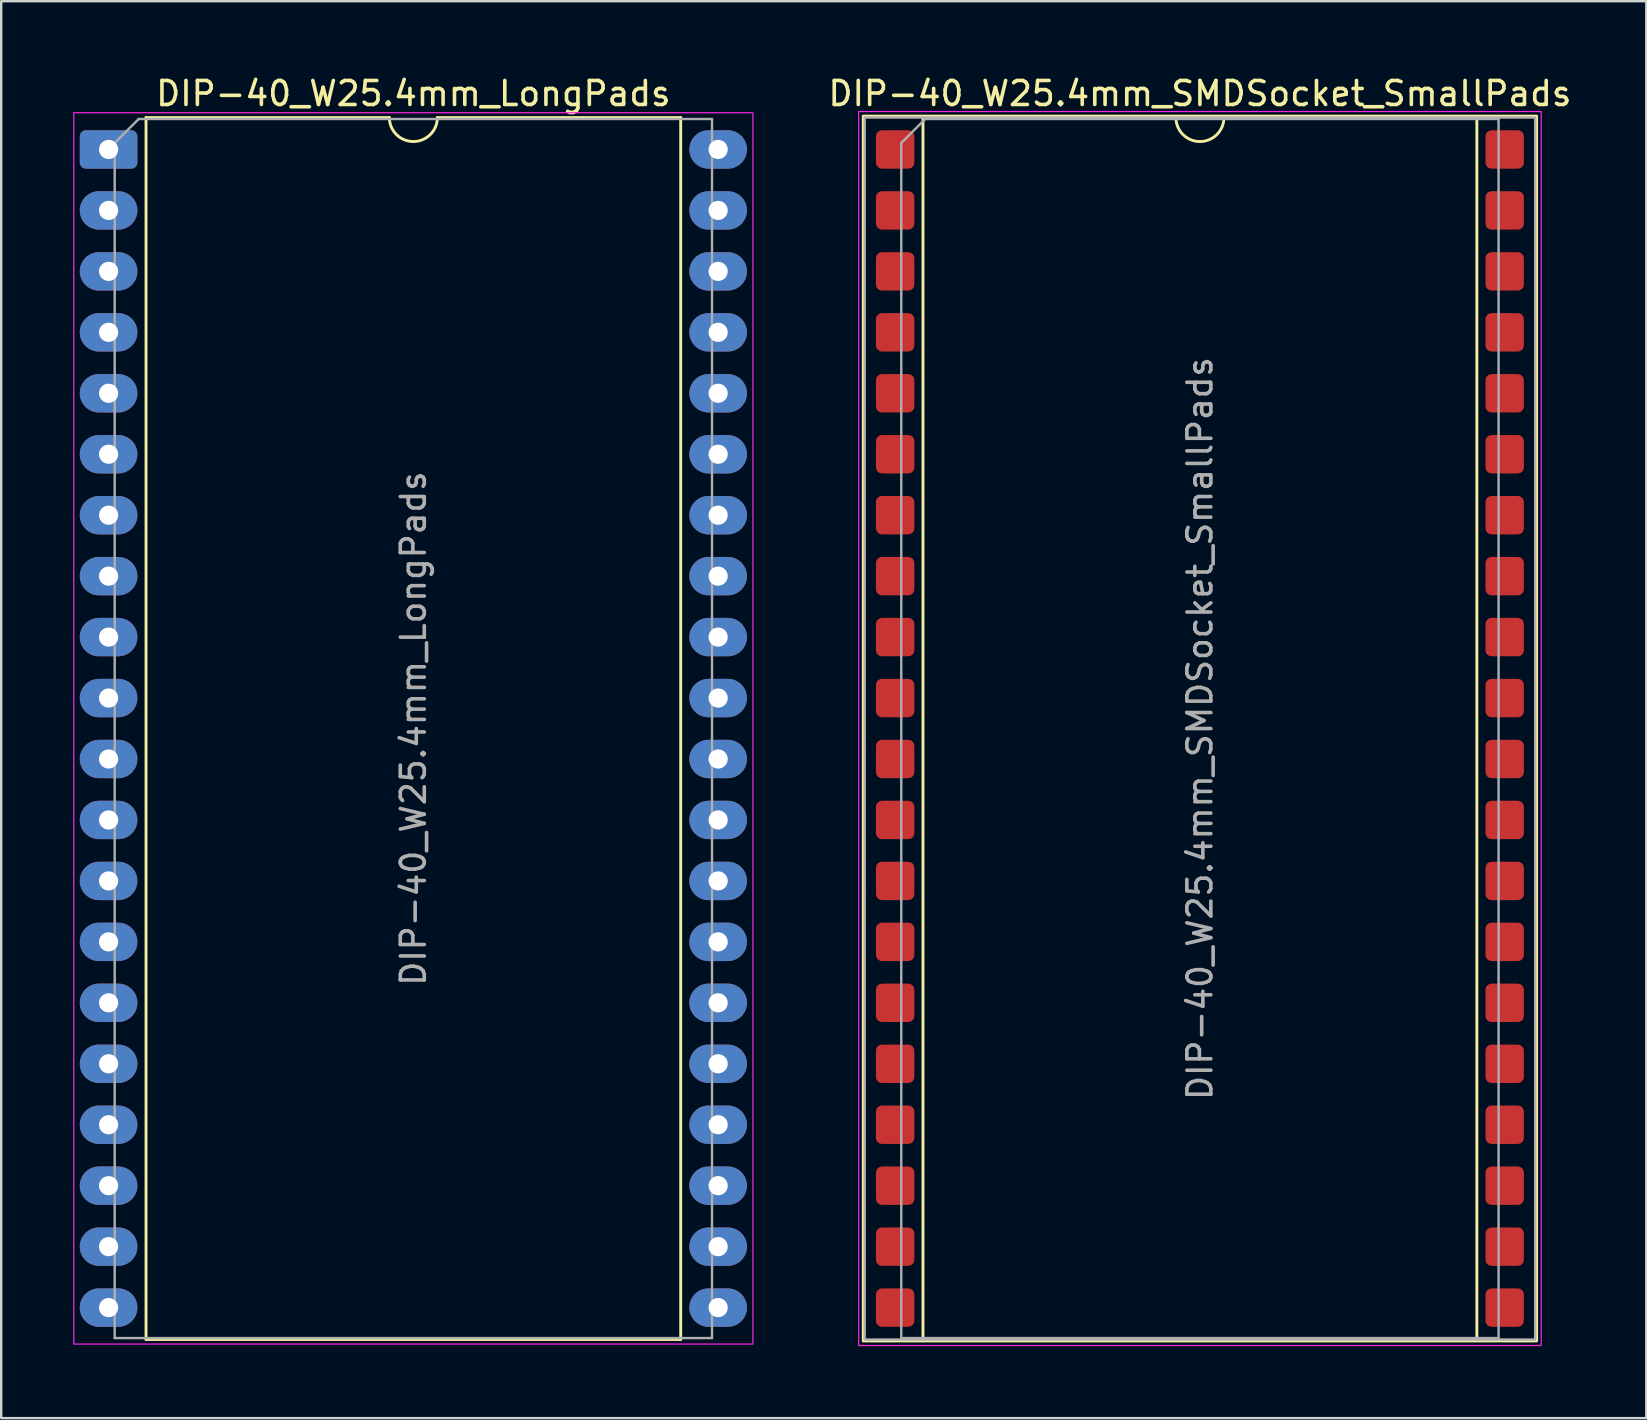
<source format=kicad_pcb>
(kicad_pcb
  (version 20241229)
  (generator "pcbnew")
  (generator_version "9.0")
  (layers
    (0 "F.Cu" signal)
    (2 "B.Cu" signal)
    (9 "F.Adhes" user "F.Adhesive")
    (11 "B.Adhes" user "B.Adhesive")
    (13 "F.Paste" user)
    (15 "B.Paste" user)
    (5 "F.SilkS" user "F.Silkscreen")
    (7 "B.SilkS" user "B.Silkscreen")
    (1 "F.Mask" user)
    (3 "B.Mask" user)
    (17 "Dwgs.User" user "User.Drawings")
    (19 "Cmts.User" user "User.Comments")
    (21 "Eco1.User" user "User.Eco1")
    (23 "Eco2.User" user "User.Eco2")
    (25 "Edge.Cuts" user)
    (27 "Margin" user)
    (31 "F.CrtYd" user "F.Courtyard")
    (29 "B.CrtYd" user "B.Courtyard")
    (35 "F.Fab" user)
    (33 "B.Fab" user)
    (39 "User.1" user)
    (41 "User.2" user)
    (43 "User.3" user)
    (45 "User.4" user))
  (footprint "DIP-40_W25.4mm_LongPads"
    (layer "F.Cu")
    (at 1.475 3.178)
    (property "Reference" "DIP-40_W25.4mm_LongPads" (at 12.7 -2.33 0) (layer "F.SilkS") (effects (font (size 1 1) (thickness 0.15))))
    (attr through_hole)
    (fp_line (start 1.56 -1.33) (end 1.56 49.59) (stroke (width 0.12) (type solid)) (layer "F.SilkS"))
    (fp_line (start 1.56 49.59) (end 23.84 49.59) (stroke (width 0.12) (type solid)) (layer "F.SilkS"))
    (fp_line (start 11.7 -1.33) (end 1.56 -1.33) (stroke (width 0.12) (type solid)) (layer "F.SilkS"))
    (fp_line (start 23.84 -1.33) (end 13.7 -1.33) (stroke (width 0.12) (type solid)) (layer "F.SilkS"))
    (fp_line (start 23.84 49.59) (end 23.84 -1.33) (stroke (width 0.12) (type solid)) (layer "F.SilkS"))
    (fp_arc (start 13.7 -1.33) (mid 12.7 -0.33) (end 11.7 -1.33) (stroke (width 0.12) (type solid)) (layer "F.SilkS"))
    (fp_rect (start -1.45 -1.53) (end 26.85 49.78) (stroke (width 0.05) (type solid)) (fill no) (layer "F.CrtYd"))
    (fp_line (start 0.255 -0.27) (end 1.255 -1.27) (stroke (width 0.1) (type solid)) (layer "F.Fab"))
    (fp_line (start 0.255 49.53) (end 0.255 -0.27) (stroke (width 0.1) (type solid)) (layer "F.Fab"))
    (fp_line (start 1.255 -1.27) (end 25.145 -1.27) (stroke (width 0.1) (type solid)) (layer "F.Fab"))
    (fp_line (start 25.145 -1.27) (end 25.145 49.53) (stroke (width 0.1) (type solid)) (layer "F.Fab"))
    (fp_line (start 25.145 49.53) (end 0.255 49.53) (stroke (width 0.1) (type solid)) (layer "F.Fab"))
    (fp_text user "${REFERENCE}" (at 12.7 24.13 90) (layer "F.Fab") (effects (font (size 1 1) (thickness 0.15))))
    (pad "1" thru_hole roundrect (at 0 0) (size 2.4 1.6) (drill 0.8) (layers "*.Cu" "*.Mask") (roundrect_rratio 0.156))
    (pad "2" thru_hole oval (at 0 2.54) (size 2.4 1.6) (drill 0.8) (layers "*.Cu" "*.Mask"))
    (pad "3" thru_hole oval (at 0 5.08) (size 2.4 1.6) (drill 0.8) (layers "*.Cu" "*.Mask"))
    (pad "4" thru_hole oval (at 0 7.62) (size 2.4 1.6) (drill 0.8) (layers "*.Cu" "*.Mask"))
    (pad "5" thru_hole oval (at 0 10.16) (size 2.4 1.6) (drill 0.8) (layers "*.Cu" "*.Mask"))
    (pad "6" thru_hole oval (at 0 12.7) (size 2.4 1.6) (drill 0.8) (layers "*.Cu" "*.Mask"))
    (pad "7" thru_hole oval (at 0 15.24) (size 2.4 1.6) (drill 0.8) (layers "*.Cu" "*.Mask"))
    (pad "8" thru_hole oval (at 0 17.78) (size 2.4 1.6) (drill 0.8) (layers "*.Cu" "*.Mask"))
    (pad "9" thru_hole oval (at 0 20.32) (size 2.4 1.6) (drill 0.8) (layers "*.Cu" "*.Mask"))
    (pad "10" thru_hole oval (at 0 22.86) (size 2.4 1.6) (drill 0.8) (layers "*.Cu" "*.Mask"))
    (pad "11" thru_hole oval (at 0 25.4) (size 2.4 1.6) (drill 0.8) (layers "*.Cu" "*.Mask"))
    (pad "12" thru_hole oval (at 0 27.94) (size 2.4 1.6) (drill 0.8) (layers "*.Cu" "*.Mask"))
    (pad "13" thru_hole oval (at 0 30.48) (size 2.4 1.6) (drill 0.8) (layers "*.Cu" "*.Mask"))
    (pad "14" thru_hole oval (at 0 33.02) (size 2.4 1.6) (drill 0.8) (layers "*.Cu" "*.Mask"))
    (pad "15" thru_hole oval (at 0 35.56) (size 2.4 1.6) (drill 0.8) (layers "*.Cu" "*.Mask"))
    (pad "16" thru_hole oval (at 0 38.1) (size 2.4 1.6) (drill 0.8) (layers "*.Cu" "*.Mask"))
    (pad "17" thru_hole oval (at 0 40.64) (size 2.4 1.6) (drill 0.8) (layers "*.Cu" "*.Mask"))
    (pad "18" thru_hole oval (at 0 43.18) (size 2.4 1.6) (drill 0.8) (layers "*.Cu" "*.Mask"))
    (pad "19" thru_hole oval (at 0 45.72) (size 2.4 1.6) (drill 0.8) (layers "*.Cu" "*.Mask"))
    (pad "20" thru_hole oval (at 0 48.26) (size 2.4 1.6) (drill 0.8) (layers "*.Cu" "*.Mask"))
    (pad "21" thru_hole oval (at 25.4 48.26) (size 2.4 1.6) (drill 0.8) (layers "*.Cu" "*.Mask"))
    (pad "22" thru_hole oval (at 25.4 45.72) (size 2.4 1.6) (drill 0.8) (layers "*.Cu" "*.Mask"))
    (pad "23" thru_hole oval (at 25.4 43.18) (size 2.4 1.6) (drill 0.8) (layers "*.Cu" "*.Mask"))
    (pad "24" thru_hole oval (at 25.4 40.64) (size 2.4 1.6) (drill 0.8) (layers "*.Cu" "*.Mask"))
    (pad "25" thru_hole oval (at 25.4 38.1) (size 2.4 1.6) (drill 0.8) (layers "*.Cu" "*.Mask"))
    (pad "26" thru_hole oval (at 25.4 35.56) (size 2.4 1.6) (drill 0.8) (layers "*.Cu" "*.Mask"))
    (pad "27" thru_hole oval (at 25.4 33.02) (size 2.4 1.6) (drill 0.8) (layers "*.Cu" "*.Mask"))
    (pad "28" thru_hole oval (at 25.4 30.48) (size 2.4 1.6) (drill 0.8) (layers "*.Cu" "*.Mask"))
    (pad "29" thru_hole oval (at 25.4 27.94) (size 2.4 1.6) (drill 0.8) (layers "*.Cu" "*.Mask"))
    (pad "30" thru_hole oval (at 25.4 25.4) (size 2.4 1.6) (drill 0.8) (layers "*.Cu" "*.Mask"))
    (pad "31" thru_hole oval (at 25.4 22.86) (size 2.4 1.6) (drill 0.8) (layers "*.Cu" "*.Mask"))
    (pad "32" thru_hole oval (at 25.4 20.32) (size 2.4 1.6) (drill 0.8) (layers "*.Cu" "*.Mask"))
    (pad "33" thru_hole oval (at 25.4 17.78) (size 2.4 1.6) (drill 0.8) (layers "*.Cu" "*.Mask"))
    (pad "34" thru_hole oval (at 25.4 15.24) (size 2.4 1.6) (drill 0.8) (layers "*.Cu" "*.Mask"))
    (pad "35" thru_hole oval (at 25.4 12.7) (size 2.4 1.6) (drill 0.8) (layers "*.Cu" "*.Mask"))
    (pad "36" thru_hole oval (at 25.4 10.16) (size 2.4 1.6) (drill 0.8) (layers "*.Cu" "*.Mask"))
    (pad "37" thru_hole oval (at 25.4 7.62) (size 2.4 1.6) (drill 0.8) (layers "*.Cu" "*.Mask"))
    (pad "38" thru_hole oval (at 25.4 5.08) (size 2.4 1.6) (drill 0.8) (layers "*.Cu" "*.Mask"))
    (pad "39" thru_hole oval (at 25.4 2.54) (size 2.4 1.6) (drill 0.8) (layers "*.Cu" "*.Mask"))
    (pad "40" thru_hole oval (at 25.4 0) (size 2.4 1.6) (drill 0.8) (layers "*.Cu" "*.Mask")))
  (footprint "DIP-40_W25.4mm_SMDSocket_SmallPads"
    (layer "F.Cu")
    (at 46.951 27.308)
    (property "Reference" "DIP-40_W25.4mm_SMDSocket_SmallPads" (at 0 -26.46 0) (layer "F.SilkS") (effects (font (size 1 1) (thickness 0.15))))
    (attr smd)
    (fp_line (start -11.54 -25.46) (end -11.54 25.46) (stroke (width 0.12) (type solid)) (layer "F.SilkS"))
    (fp_line (start -11.54 25.46) (end 11.54 25.46) (stroke (width 0.12) (type solid)) (layer "F.SilkS"))
    (fp_line (start -1 -25.46) (end -11.54 -25.46) (stroke (width 0.12) (type solid)) (layer "F.SilkS"))
    (fp_line (start 11.54 -25.46) (end 1 -25.46) (stroke (width 0.12) (type solid)) (layer "F.SilkS"))
    (fp_line (start 11.54 25.46) (end 11.54 -25.46) (stroke (width 0.12) (type solid)) (layer "F.SilkS"))
    (fp_rect (start -14.03 -25.52) (end 14.03 25.52) (stroke (width 0.12) (type solid)) (fill no) (layer "F.SilkS"))
    (fp_arc (start 1 -25.46) (mid 0 -24.46) (end -1 -25.46) (stroke (width 0.12) (type solid)) (layer "F.SilkS"))
    (fp_rect (start -14.22 -25.71) (end 14.22 25.71) (stroke (width 0.05) (type solid)) (fill no) (layer "F.CrtYd"))
    (fp_line (start -12.445 -24.4) (end -11.445 -25.4) (stroke (width 0.1) (type solid)) (layer "F.Fab"))
    (fp_line (start -12.445 25.4) (end -12.445 -24.4) (stroke (width 0.1) (type solid)) (layer "F.Fab"))
    (fp_line (start -11.445 -25.4) (end 12.445 -25.4) (stroke (width 0.1) (type solid)) (layer "F.Fab"))
    (fp_line (start 12.445 -25.4) (end 12.445 25.4) (stroke (width 0.1) (type solid)) (layer "F.Fab"))
    (fp_line (start 12.445 25.4) (end -12.445 25.4) (stroke (width 0.1) (type solid)) (layer "F.Fab"))
    (fp_rect (start -13.97 -25.46) (end 13.97 25.46) (stroke (width 0.1) (type solid)) (fill no) (layer "F.Fab"))
    (fp_text user "${REFERENCE}" (at 0 0 90) (layer "F.Fab") (effects (font (size 1 1) (thickness 0.15))))
    (pad "1" smd roundrect (at -12.7 -24.13) (size 1.6 1.6) (layers "F.Cu" "F.Mask" "F.Paste") (roundrect_rratio 0.156))
    (pad "2" smd roundrect (at -12.7 -21.59) (size 1.6 1.6) (layers "F.Cu" "F.Mask" "F.Paste") (roundrect_rratio 0.156))
    (pad "3" smd roundrect (at -12.7 -19.05) (size 1.6 1.6) (layers "F.Cu" "F.Mask" "F.Paste") (roundrect_rratio 0.156))
    (pad "4" smd roundrect (at -12.7 -16.51) (size 1.6 1.6) (layers "F.Cu" "F.Mask" "F.Paste") (roundrect_rratio 0.156))
    (pad "5" smd roundrect (at -12.7 -13.97) (size 1.6 1.6) (layers "F.Cu" "F.Mask" "F.Paste") (roundrect_rratio 0.156))
    (pad "6" smd roundrect (at -12.7 -11.43) (size 1.6 1.6) (layers "F.Cu" "F.Mask" "F.Paste") (roundrect_rratio 0.156))
    (pad "7" smd roundrect (at -12.7 -8.89) (size 1.6 1.6) (layers "F.Cu" "F.Mask" "F.Paste") (roundrect_rratio 0.156))
    (pad "8" smd roundrect (at -12.7 -6.35) (size 1.6 1.6) (layers "F.Cu" "F.Mask" "F.Paste") (roundrect_rratio 0.156))
    (pad "9" smd roundrect (at -12.7 -3.81) (size 1.6 1.6) (layers "F.Cu" "F.Mask" "F.Paste") (roundrect_rratio 0.156))
    (pad "10" smd roundrect (at -12.7 -1.27) (size 1.6 1.6) (layers "F.Cu" "F.Mask" "F.Paste") (roundrect_rratio 0.156))
    (pad "11" smd roundrect (at -12.7 1.27) (size 1.6 1.6) (layers "F.Cu" "F.Mask" "F.Paste") (roundrect_rratio 0.156))
    (pad "12" smd roundrect (at -12.7 3.81) (size 1.6 1.6) (layers "F.Cu" "F.Mask" "F.Paste") (roundrect_rratio 0.156))
    (pad "13" smd roundrect (at -12.7 6.35) (size 1.6 1.6) (layers "F.Cu" "F.Mask" "F.Paste") (roundrect_rratio 0.156))
    (pad "14" smd roundrect (at -12.7 8.89) (size 1.6 1.6) (layers "F.Cu" "F.Mask" "F.Paste") (roundrect_rratio 0.156))
    (pad "15" smd roundrect (at -12.7 11.43) (size 1.6 1.6) (layers "F.Cu" "F.Mask" "F.Paste") (roundrect_rratio 0.156))
    (pad "16" smd roundrect (at -12.7 13.97) (size 1.6 1.6) (layers "F.Cu" "F.Mask" "F.Paste") (roundrect_rratio 0.156))
    (pad "17" smd roundrect (at -12.7 16.51) (size 1.6 1.6) (layers "F.Cu" "F.Mask" "F.Paste") (roundrect_rratio 0.156))
    (pad "18" smd roundrect (at -12.7 19.05) (size 1.6 1.6) (layers "F.Cu" "F.Mask" "F.Paste") (roundrect_rratio 0.156))
    (pad "19" smd roundrect (at -12.7 21.59) (size 1.6 1.6) (layers "F.Cu" "F.Mask" "F.Paste") (roundrect_rratio 0.156))
    (pad "20" smd roundrect (at -12.7 24.13) (size 1.6 1.6) (layers "F.Cu" "F.Mask" "F.Paste") (roundrect_rratio 0.156))
    (pad "21" smd roundrect (at 12.7 24.13) (size 1.6 1.6) (layers "F.Cu" "F.Mask" "F.Paste") (roundrect_rratio 0.156))
    (pad "22" smd roundrect (at 12.7 21.59) (size 1.6 1.6) (layers "F.Cu" "F.Mask" "F.Paste") (roundrect_rratio 0.156))
    (pad "23" smd roundrect (at 12.7 19.05) (size 1.6 1.6) (layers "F.Cu" "F.Mask" "F.Paste") (roundrect_rratio 0.156))
    (pad "24" smd roundrect (at 12.7 16.51) (size 1.6 1.6) (layers "F.Cu" "F.Mask" "F.Paste") (roundrect_rratio 0.156))
    (pad "25" smd roundrect (at 12.7 13.97) (size 1.6 1.6) (layers "F.Cu" "F.Mask" "F.Paste") (roundrect_rratio 0.156))
    (pad "26" smd roundrect (at 12.7 11.43) (size 1.6 1.6) (layers "F.Cu" "F.Mask" "F.Paste") (roundrect_rratio 0.156))
    (pad "27" smd roundrect (at 12.7 8.89) (size 1.6 1.6) (layers "F.Cu" "F.Mask" "F.Paste") (roundrect_rratio 0.156))
    (pad "28" smd roundrect (at 12.7 6.35) (size 1.6 1.6) (layers "F.Cu" "F.Mask" "F.Paste") (roundrect_rratio 0.156))
    (pad "29" smd roundrect (at 12.7 3.81) (size 1.6 1.6) (layers "F.Cu" "F.Mask" "F.Paste") (roundrect_rratio 0.156))
    (pad "30" smd roundrect (at 12.7 1.27) (size 1.6 1.6) (layers "F.Cu" "F.Mask" "F.Paste") (roundrect_rratio 0.156))
    (pad "31" smd roundrect (at 12.7 -1.27) (size 1.6 1.6) (layers "F.Cu" "F.Mask" "F.Paste") (roundrect_rratio 0.156))
    (pad "32" smd roundrect (at 12.7 -3.81) (size 1.6 1.6) (layers "F.Cu" "F.Mask" "F.Paste") (roundrect_rratio 0.156))
    (pad "33" smd roundrect (at 12.7 -6.35) (size 1.6 1.6) (layers "F.Cu" "F.Mask" "F.Paste") (roundrect_rratio 0.156))
    (pad "34" smd roundrect (at 12.7 -8.89) (size 1.6 1.6) (layers "F.Cu" "F.Mask" "F.Paste") (roundrect_rratio 0.156))
    (pad "35" smd roundrect (at 12.7 -11.43) (size 1.6 1.6) (layers "F.Cu" "F.Mask" "F.Paste") (roundrect_rratio 0.156))
    (pad "36" smd roundrect (at 12.7 -13.97) (size 1.6 1.6) (layers "F.Cu" "F.Mask" "F.Paste") (roundrect_rratio 0.156))
    (pad "37" smd roundrect (at 12.7 -16.51) (size 1.6 1.6) (layers "F.Cu" "F.Mask" "F.Paste") (roundrect_rratio 0.156))
    (pad "38" smd roundrect (at 12.7 -19.05) (size 1.6 1.6) (layers "F.Cu" "F.Mask" "F.Paste") (roundrect_rratio 0.156))
    (pad "39" smd roundrect (at 12.7 -21.59) (size 1.6 1.6) (layers "F.Cu" "F.Mask" "F.Paste") (roundrect_rratio 0.156))
    (pad "40" smd roundrect (at 12.7 -24.13) (size 1.6 1.6) (layers "F.Cu" "F.Mask" "F.Paste") (roundrect_rratio 0.156)))
  (gr_rect
    (start -3 -3)
    (end 65.552 56.043)
    (stroke (width 0.1) (type default))
    (fill no)
    (layer "Edge.Cuts")))
</source>
